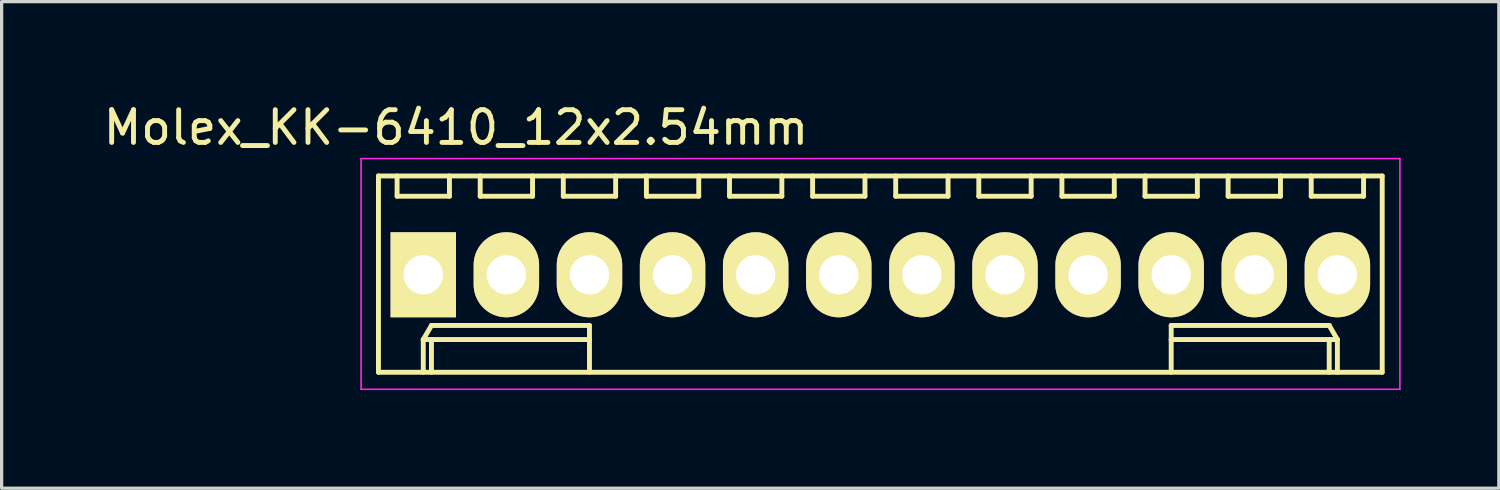
<source format=kicad_pcb>
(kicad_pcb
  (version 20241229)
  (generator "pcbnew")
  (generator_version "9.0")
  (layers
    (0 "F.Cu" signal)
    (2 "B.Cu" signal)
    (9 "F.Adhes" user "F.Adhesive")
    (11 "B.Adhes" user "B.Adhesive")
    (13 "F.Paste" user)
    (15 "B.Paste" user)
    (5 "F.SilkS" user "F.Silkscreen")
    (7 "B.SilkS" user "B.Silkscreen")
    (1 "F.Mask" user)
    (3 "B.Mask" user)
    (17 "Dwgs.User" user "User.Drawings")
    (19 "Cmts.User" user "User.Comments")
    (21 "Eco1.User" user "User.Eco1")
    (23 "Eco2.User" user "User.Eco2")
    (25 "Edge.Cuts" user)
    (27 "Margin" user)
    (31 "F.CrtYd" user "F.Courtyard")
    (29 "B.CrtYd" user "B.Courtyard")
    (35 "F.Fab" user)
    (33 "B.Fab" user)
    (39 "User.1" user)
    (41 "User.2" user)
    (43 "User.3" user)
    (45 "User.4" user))
  (footprint "Molex_KK-6410_12x2.54mm"
    (layer "F.Cu")
    (at 9.887 5.348)
    (property "Reference" "Molex_KK-6410_12x2.54mm" (at 1 -4.5 0) (layer "F.SilkS") (effects (font (size 1 1) (thickness 0.15))))
    (attr through_hole)
    (fp_line (start -1.37 -3.02) (end -1.37 2.98) (stroke (width 0.15) (type solid)) (layer "F.SilkS"))
    (fp_line (start -1.37 2.98) (end 29.31 2.98) (stroke (width 0.15) (type solid)) (layer "F.SilkS"))
    (fp_line (start -0.8 -3.02) (end -0.8 -2.4) (stroke (width 0.15) (type solid)) (layer "F.SilkS"))
    (fp_line (start -0.8 -2.4) (end 0.8 -2.4) (stroke (width 0.15) (type solid)) (layer "F.SilkS"))
    (fp_line (start 0 1.98) (end 0.25 1.55) (stroke (width 0.15) (type solid)) (layer "F.SilkS"))
    (fp_line (start 0 1.98) (end 5.08 1.98) (stroke (width 0.15) (type solid)) (layer "F.SilkS"))
    (fp_line (start 0 2.98) (end 0 1.98) (stroke (width 0.15) (type solid)) (layer "F.SilkS"))
    (fp_line (start 0.25 1.55) (end 5.08 1.55) (stroke (width 0.15) (type solid)) (layer "F.SilkS"))
    (fp_line (start 0.25 2.98) (end 0.25 1.98) (stroke (width 0.15) (type solid)) (layer "F.SilkS"))
    (fp_line (start 0.8 -2.4) (end 0.8 -3.02) (stroke (width 0.15) (type solid)) (layer "F.SilkS"))
    (fp_line (start 1.74 -3.02) (end 1.74 -2.4) (stroke (width 0.15) (type solid)) (layer "F.SilkS"))
    (fp_line (start 1.74 -2.4) (end 3.34 -2.4) (stroke (width 0.15) (type solid)) (layer "F.SilkS"))
    (fp_line (start 3.34 -2.4) (end 3.34 -3.02) (stroke (width 0.15) (type solid)) (layer "F.SilkS"))
    (fp_line (start 4.28 -3.02) (end 4.28 -2.4) (stroke (width 0.15) (type solid)) (layer "F.SilkS"))
    (fp_line (start 4.28 -2.4) (end 5.88 -2.4) (stroke (width 0.15) (type solid)) (layer "F.SilkS"))
    (fp_line (start 5.08 1.55) (end 5.08 1.98) (stroke (width 0.15) (type solid)) (layer "F.SilkS"))
    (fp_line (start 5.08 1.98) (end 5.08 2.98) (stroke (width 0.15) (type solid)) (layer "F.SilkS"))
    (fp_line (start 5.88 -2.4) (end 5.88 -3.02) (stroke (width 0.15) (type solid)) (layer "F.SilkS"))
    (fp_line (start 6.82 -3.02) (end 6.82 -2.4) (stroke (width 0.15) (type solid)) (layer "F.SilkS"))
    (fp_line (start 6.82 -2.4) (end 8.42 -2.4) (stroke (width 0.15) (type solid)) (layer "F.SilkS"))
    (fp_line (start 8.42 -2.4) (end 8.42 -3.02) (stroke (width 0.15) (type solid)) (layer "F.SilkS"))
    (fp_line (start 9.36 -3.02) (end 9.36 -2.4) (stroke (width 0.15) (type solid)) (layer "F.SilkS"))
    (fp_line (start 9.36 -2.4) (end 10.96 -2.4) (stroke (width 0.15) (type solid)) (layer "F.SilkS"))
    (fp_line (start 10.96 -2.4) (end 10.96 -3.02) (stroke (width 0.15) (type solid)) (layer "F.SilkS"))
    (fp_line (start 11.9 -3.02) (end 11.9 -2.4) (stroke (width 0.15) (type solid)) (layer "F.SilkS"))
    (fp_line (start 11.9 -2.4) (end 13.5 -2.4) (stroke (width 0.15) (type solid)) (layer "F.SilkS"))
    (fp_line (start 13.5 -2.4) (end 13.5 -3.02) (stroke (width 0.15) (type solid)) (layer "F.SilkS"))
    (fp_line (start 14.44 -3.02) (end 14.44 -2.4) (stroke (width 0.15) (type solid)) (layer "F.SilkS"))
    (fp_line (start 14.44 -2.4) (end 16.04 -2.4) (stroke (width 0.15) (type solid)) (layer "F.SilkS"))
    (fp_line (start 16.04 -2.4) (end 16.04 -3.02) (stroke (width 0.15) (type solid)) (layer "F.SilkS"))
    (fp_line (start 16.98 -3.02) (end 16.98 -2.4) (stroke (width 0.15) (type solid)) (layer "F.SilkS"))
    (fp_line (start 16.98 -2.4) (end 18.58 -2.4) (stroke (width 0.15) (type solid)) (layer "F.SilkS"))
    (fp_line (start 18.58 -2.4) (end 18.58 -3.02) (stroke (width 0.15) (type solid)) (layer "F.SilkS"))
    (fp_line (start 19.52 -3.02) (end 19.52 -2.4) (stroke (width 0.15) (type solid)) (layer "F.SilkS"))
    (fp_line (start 19.52 -2.4) (end 21.12 -2.4) (stroke (width 0.15) (type solid)) (layer "F.SilkS"))
    (fp_line (start 21.12 -2.4) (end 21.12 -3.02) (stroke (width 0.15) (type solid)) (layer "F.SilkS"))
    (fp_line (start 22.06 -3.02) (end 22.06 -2.4) (stroke (width 0.15) (type solid)) (layer "F.SilkS"))
    (fp_line (start 22.06 -2.4) (end 23.66 -2.4) (stroke (width 0.15) (type solid)) (layer "F.SilkS"))
    (fp_line (start 22.86 1.55) (end 22.86 1.98) (stroke (width 0.15) (type solid)) (layer "F.SilkS"))
    (fp_line (start 22.86 1.98) (end 22.86 2.98) (stroke (width 0.15) (type solid)) (layer "F.SilkS"))
    (fp_line (start 23.66 -2.4) (end 23.66 -3.02) (stroke (width 0.15) (type solid)) (layer "F.SilkS"))
    (fp_line (start 24.6 -3.02) (end 24.6 -2.4) (stroke (width 0.15) (type solid)) (layer "F.SilkS"))
    (fp_line (start 24.6 -2.4) (end 26.2 -2.4) (stroke (width 0.15) (type solid)) (layer "F.SilkS"))
    (fp_line (start 26.2 -2.4) (end 26.2 -3.02) (stroke (width 0.15) (type solid)) (layer "F.SilkS"))
    (fp_line (start 27.14 -3.02) (end 27.14 -2.4) (stroke (width 0.15) (type solid)) (layer "F.SilkS"))
    (fp_line (start 27.14 -2.4) (end 28.74 -2.4) (stroke (width 0.15) (type solid)) (layer "F.SilkS"))
    (fp_line (start 27.69 1.55) (end 22.86 1.55) (stroke (width 0.15) (type solid)) (layer "F.SilkS"))
    (fp_line (start 27.69 2.98) (end 27.69 1.98) (stroke (width 0.15) (type solid)) (layer "F.SilkS"))
    (fp_line (start 27.94 1.98) (end 22.86 1.98) (stroke (width 0.15) (type solid)) (layer "F.SilkS"))
    (fp_line (start 27.94 1.98) (end 27.69 1.55) (stroke (width 0.15) (type solid)) (layer "F.SilkS"))
    (fp_line (start 27.94 2.98) (end 27.94 1.98) (stroke (width 0.15) (type solid)) (layer "F.SilkS"))
    (fp_line (start 28.74 -2.4) (end 28.74 -3.02) (stroke (width 0.15) (type solid)) (layer "F.SilkS"))
    (fp_line (start 29.31 -3.02) (end -1.37 -3.02) (stroke (width 0.15) (type solid)) (layer "F.SilkS"))
    (fp_line (start 29.31 2.98) (end 29.31 -3.02) (stroke (width 0.15) (type solid)) (layer "F.SilkS"))
    (fp_line (start -1.9 -3.55) (end 29.85 -3.55) (stroke (width 0.05) (type solid)) (layer "F.CrtYd"))
    (fp_line (start -1.9 3.5) (end -1.9 -3.55) (stroke (width 0.05) (type solid)) (layer "F.CrtYd"))
    (fp_line (start 29.85 -3.55) (end 29.85 3.5) (stroke (width 0.05) (type solid)) (layer "F.CrtYd"))
    (fp_line (start 29.85 3.5) (end -1.9 3.5) (stroke (width 0.05) (type solid)) (layer "F.CrtYd"))
    (pad "1" thru_hole rect (at 0 0) (size 2 2.6) (drill 1.2) (layers "*.Cu" "*.Mask" "F.SilkS"))
    (pad "2" thru_hole oval (at 2.54 0) (size 2 2.6) (drill 1.2) (layers "*.Cu" "*.Mask" "F.SilkS"))
    (pad "3" thru_hole oval (at 5.08 0) (size 2 2.6) (drill 1.2) (layers "*.Cu" "*.Mask" "F.SilkS"))
    (pad "4" thru_hole oval (at 7.62 0) (size 2 2.6) (drill 1.2) (layers "*.Cu" "*.Mask" "F.SilkS"))
    (pad "5" thru_hole oval (at 10.16 0) (size 2 2.6) (drill 1.2) (layers "*.Cu" "*.Mask" "F.SilkS"))
    (pad "6" thru_hole oval (at 12.7 0) (size 2 2.6) (drill 1.2) (layers "*.Cu" "*.Mask" "F.SilkS"))
    (pad "7" thru_hole oval (at 15.24 0) (size 2 2.6) (drill 1.2) (layers "*.Cu" "*.Mask" "F.SilkS"))
    (pad "8" thru_hole oval (at 17.78 0) (size 2 2.6) (drill 1.2) (layers "*.Cu" "*.Mask" "F.SilkS"))
    (pad "9" thru_hole oval (at 20.32 0) (size 2 2.6) (drill 1.2) (layers "*.Cu" "*.Mask" "F.SilkS"))
    (pad "10" thru_hole oval (at 22.86 0) (size 2 2.6) (drill 1.2) (layers "*.Cu" "*.Mask" "F.SilkS"))
    (pad "11" thru_hole oval (at 25.4 0) (size 2 2.6) (drill 1.2) (layers "*.Cu" "*.Mask" "F.SilkS"))
    (pad "12" thru_hole oval (at 27.94 0) (size 2 2.6) (drill 1.2) (layers "*.Cu" "*.Mask" "F.SilkS")))
  (gr_rect
    (start -3 -3)
    (end 42.762 11.873)
    (stroke (width 0.1) (type default))
    (fill no)
    (layer "Edge.Cuts")))
</source>
